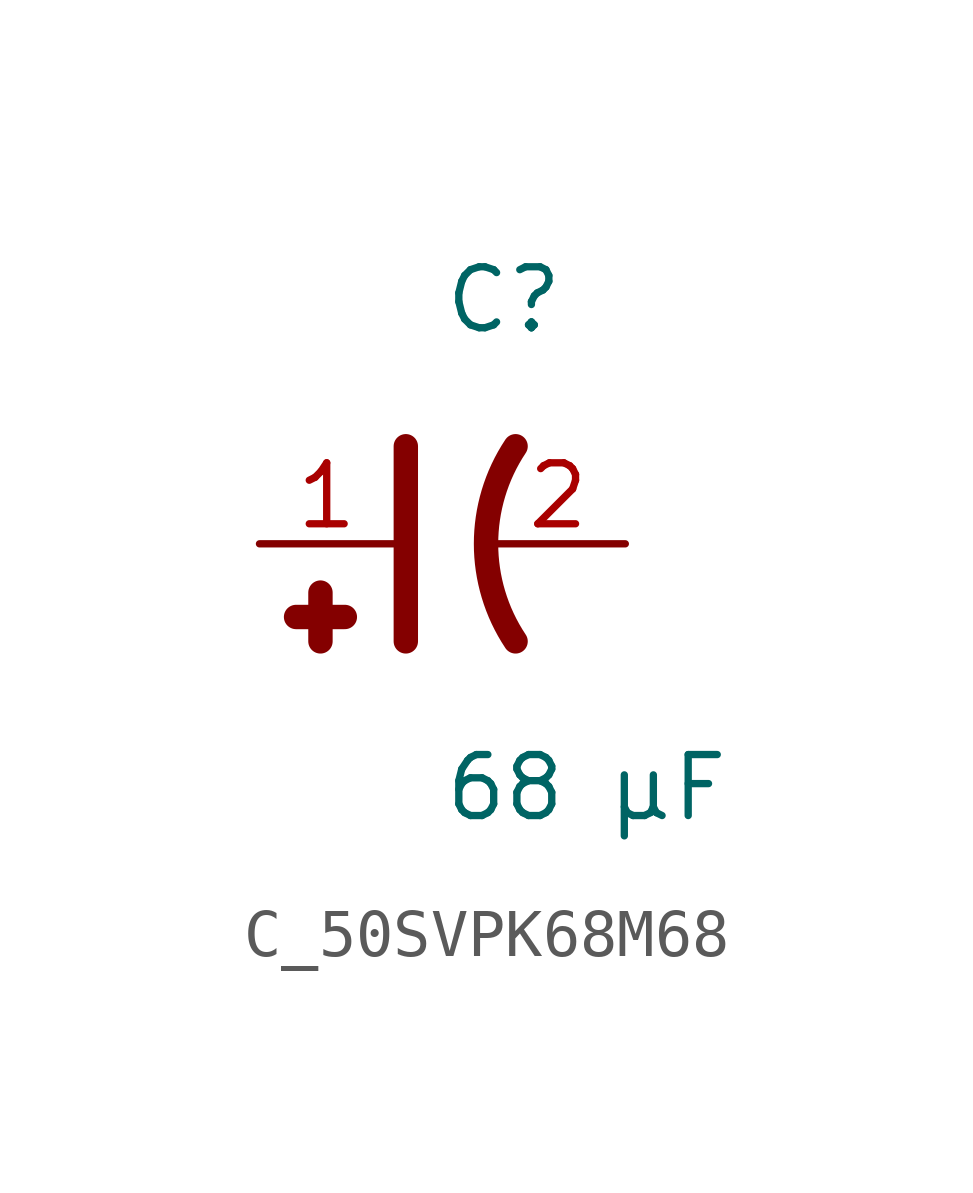
<source format=kicad_sym>
(kicad_symbol_lib
  (version 20231120)
  (generator kicad_symbol_editor)
  (generator_version 8.0)
  (symbol "C_50SVPK68M68"
    (pin_names
      (offset 0.254))
    (property "Reference" "C"
      (at 0 5.08 0)
      (effects (font (size 1.27 1.27)) (justify left)))
    (property "Value" "68 µF"
      (at 0 -5.08 0)
      (effects (font (size 1.27 1.27)) (justify left)))
    (symbol "C_50SVPK68M68_0_1"
      (polyline (pts (xy -0.762 -2.032) (xy -0.762 2.032)) (stroke (width 0.508) (type default)) (fill (type none)))
      (polyline (pts (xy -2.54 -1.016) (xy -2.54 -2.032)) (stroke (width 0.508) (type default)) (fill (type none)))
      (polyline (pts (xy -2.032 -1.524) (xy -3.048 -1.524)) (stroke (width 0.508) (type default)) (fill (type none)))
      (arc (start 1.524 2.032) (mid 0.9088 0) (end 1.524 -2.032) (stroke (width 0.508) (type default)) (fill (type none))))
    (pin unspecified line
      (at -3.81 0 0)
      (length 2.8)
      (name "" (effects (font (size 1.27 1.27))))
      (number "1" (effects (font (size 1.27 1.27)))))
    (pin unspecified line
      (at 3.81 0 180)
      (length 2.8)
      (name "" (effects (font (size 1.27 1.27))))
      (number "2" (effects (font (size 1.27 1.27)))))))
</source>
